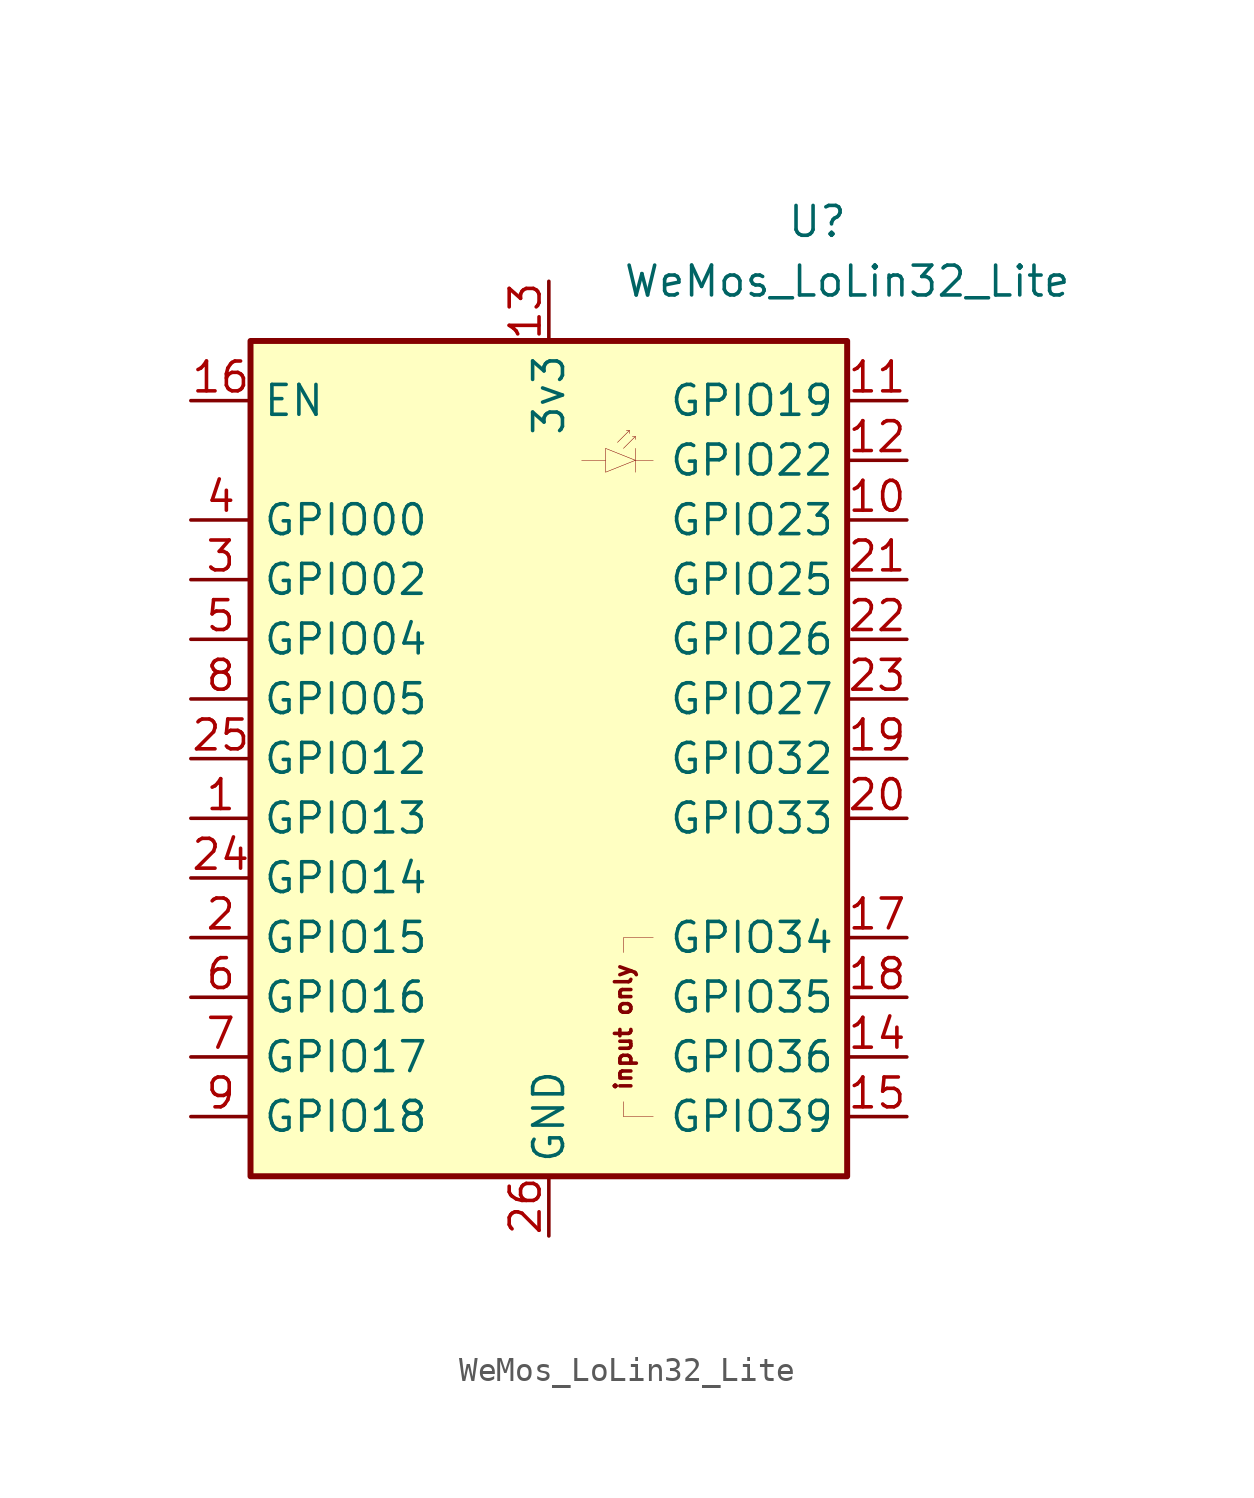
<source format=kicad_sym>
(kicad_symbol_lib
  (version 20211014)
  (generator kicad_symbol_editor)
  (symbol "WeMos_LoLin32_Lite"
    (property "Reference" "U"
      (at 11.43 22.86 0)
      (effects (font (size 1.27 1.27))))
    (property "Value" "WeMos_LoLin32_Lite"
      (at 12.7 20.32 0)
      (effects (font (size 1.27 1.27))))
    (symbol "WeMos_LoLin32_Lite_0_0"
      (polyline (pts (xy 4.445 -15.24) (xy 3.175 -15.24) (xy 3.175 -14.605)) (stroke (width 0.001) (type default) (color 0 0 0 0)) (fill (type none)))
      (polyline (pts (xy 4.445 -7.62) (xy 3.175 -7.62) (xy 3.175 -8.255)) (stroke (width 0.001) (type default) (color 0 0 0 0)) (fill (type none)))
      (text "input only" (at 3.175 -11.43 900) (effects (font (size 0.7 0.7)))))
    (symbol "WeMos_LoLin32_Lite_0_1"
      (rectangle (start -12.7 17.78) (end 12.7 -17.78) (stroke (width 0.254) (type default) (color 0 0 0 0)) (fill (type background)))
      (polyline (pts (xy 2.413 12.7) (xy 1.397 12.7)) (stroke (width 0.001) (type default) (color 0 0 0 0)) (fill (type none)))
      (polyline (pts (xy 2.921 13.462) (xy 3.429 13.97)) (stroke (width 0.001) (type default) (color 0 0 0 0)) (fill (type none)))
      (polyline (pts (xy 3.175 13.208) (xy 3.683 13.716)) (stroke (width 0.001) (type default) (color 0 0 0 0)) (fill (type none)))
      (polyline (pts (xy 3.683 12.7) (xy 4.445 12.7)) (stroke (width 0.001) (type default) (color 0 0 0 0)) (fill (type none)))
      (polyline (pts (xy 3.683 13.208) (xy 3.683 12.192)) (stroke (width 0.001) (type default) (color 0 0 0 0)) (fill (type none)))
      (polyline (pts (xy 3.302 13.97) (xy 3.429 13.97) (xy 3.429 13.843)) (stroke (width 0.001) (type default) (color 0 0 0 0)) (fill (type none)))
      (polyline (pts (xy 3.556 13.716) (xy 3.683 13.716) (xy 3.683 13.589)) (stroke (width 0.001) (type default) (color 0 0 0 0)) (fill (type none)))
      (polyline (pts (xy 2.413 13.208) (xy 2.413 12.192) (xy 3.683 12.7) (xy 2.413 13.208)) (stroke (width 0.001) (type default) (color 0 0 0 0)) (fill (type none))))
    (symbol "WeMos_LoLin32_Lite_1_1"
      (pin bidirectional line (at -15.24 -2.54 0) (length 2.54) (name "GPIO13" (effects (font (size 1.27 1.27)))) (number "1" (effects (font (size 1.27 1.27)))))
      (pin bidirectional line (at 15.24 10.16 180) (length 2.54) (name "GPIO23" (effects (font (size 1.27 1.27)))) (number "10" (effects (font (size 1.27 1.27)))))
      (pin bidirectional line (at 15.24 15.24 180) (length 2.54) (name "GPIO19" (effects (font (size 1.27 1.27)))) (number "11" (effects (font (size 1.27 1.27)))))
      (pin bidirectional line (at 15.24 12.7 180) (length 2.54) (name "GPIO22" (effects (font (size 1.27 1.27)))) (number "12" (effects (font (size 1.27 1.27)))))
      (pin power_in line (at 0 20.32 270) (length 2.54) (name "3v3" (effects (font (size 1.27 1.27)))) (number "13" (effects (font (size 1.27 1.27)))))
      (pin bidirectional line (at 15.24 -12.7 180) (length 2.54) (name "GPIO36" (effects (font (size 1.27 1.27)))) (number "14" (effects (font (size 1.27 1.27)))))
      (pin bidirectional line (at 15.24 -15.24 180) (length 2.54) (name "GPIO39" (effects (font (size 1.27 1.27)))) (number "15" (effects (font (size 1.27 1.27)))))
      (pin input line (at -15.24 15.24 0) (length 2.54) (name "EN" (effects (font (size 1.27 1.27)))) (number "16" (effects (font (size 1.27 1.27)))))
      (pin bidirectional line (at 15.24 -7.62 180) (length 2.54) (name "GPIO34" (effects (font (size 1.27 1.27)))) (number "17" (effects (font (size 1.27 1.27)))))
      (pin bidirectional line (at 15.24 -10.16 180) (length 2.54) (name "GPIO35" (effects (font (size 1.27 1.27)))) (number "18" (effects (font (size 1.27 1.27)))))
      (pin bidirectional line (at 15.24 0 180) (length 2.54) (name "GPIO32" (effects (font (size 1.27 1.27)))) (number "19" (effects (font (size 1.27 1.27)))))
      (pin bidirectional line (at -15.24 -7.62 0) (length 2.54) (name "GPIO15" (effects (font (size 1.27 1.27)))) (number "2" (effects (font (size 1.27 1.27)))))
      (pin bidirectional line (at 15.24 -2.54 180) (length 2.54) (name "GPIO33" (effects (font (size 1.27 1.27)))) (number "20" (effects (font (size 1.27 1.27)))))
      (pin bidirectional line (at 15.24 7.62 180) (length 2.54) (name "GPIO25" (effects (font (size 1.27 1.27)))) (number "21" (effects (font (size 1.27 1.27)))))
      (pin bidirectional line (at 15.24 5.08 180) (length 2.54) (name "GPIO26" (effects (font (size 1.27 1.27)))) (number "22" (effects (font (size 1.27 1.27)))))
      (pin bidirectional line (at 15.24 2.54 180) (length 2.54) (name "GPIO27" (effects (font (size 1.27 1.27)))) (number "23" (effects (font (size 1.27 1.27)))))
      (pin bidirectional line (at -15.24 -5.08 0) (length 2.54) (name "GPIO14" (effects (font (size 1.27 1.27)))) (number "24" (effects (font (size 1.27 1.27)))))
      (pin bidirectional line (at -15.24 0 0) (length 2.54) (name "GPIO12" (effects (font (size 1.27 1.27)))) (number "25" (effects (font (size 1.27 1.27)))))
      (pin power_in line (at 0 -20.32 90) (length 2.54) (name "GND" (effects (font (size 1.27 1.27)))) (number "26" (effects (font (size 1.27 1.27)))))
      (pin bidirectional line (at -15.24 7.62 0) (length 2.54) (name "GPIO02" (effects (font (size 1.27 1.27)))) (number "3" (effects (font (size 1.27 1.27)))))
      (pin bidirectional line (at -15.24 10.16 0) (length 2.54) (name "GPIO00" (effects (font (size 1.27 1.27)))) (number "4" (effects (font (size 1.27 1.27)))))
      (pin bidirectional line (at -15.24 5.08 0) (length 2.54) (name "GPIO04" (effects (font (size 1.27 1.27)))) (number "5" (effects (font (size 1.27 1.27)))))
      (pin bidirectional line (at -15.24 -10.16 0) (length 2.54) (name "GPIO16" (effects (font (size 1.27 1.27)))) (number "6" (effects (font (size 1.27 1.27)))))
      (pin bidirectional line (at -15.24 -12.7 0) (length 2.54) (name "GPIO17" (effects (font (size 1.27 1.27)))) (number "7" (effects (font (size 1.27 1.27)))))
      (pin bidirectional line (at -15.24 2.54 0) (length 2.54) (name "GPIO05" (effects (font (size 1.27 1.27)))) (number "8" (effects (font (size 1.27 1.27)))))
      (pin bidirectional line (at -15.24 -15.24 0) (length 2.54) (name "GPIO18" (effects (font (size 1.27 1.27)))) (number "9" (effects (font (size 1.27 1.27))))))))
</source>
